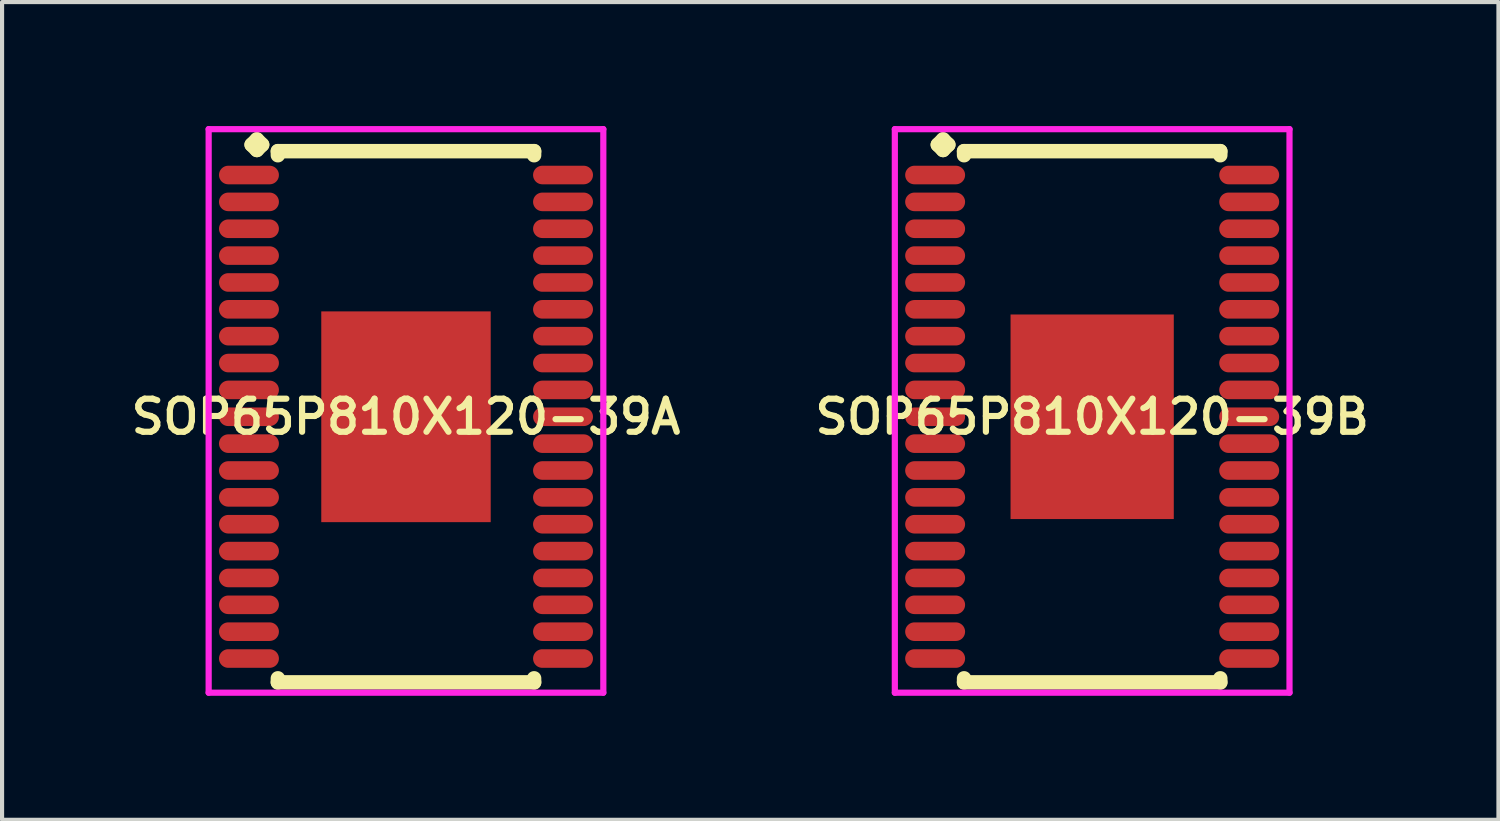
<source format=kicad_pcb>
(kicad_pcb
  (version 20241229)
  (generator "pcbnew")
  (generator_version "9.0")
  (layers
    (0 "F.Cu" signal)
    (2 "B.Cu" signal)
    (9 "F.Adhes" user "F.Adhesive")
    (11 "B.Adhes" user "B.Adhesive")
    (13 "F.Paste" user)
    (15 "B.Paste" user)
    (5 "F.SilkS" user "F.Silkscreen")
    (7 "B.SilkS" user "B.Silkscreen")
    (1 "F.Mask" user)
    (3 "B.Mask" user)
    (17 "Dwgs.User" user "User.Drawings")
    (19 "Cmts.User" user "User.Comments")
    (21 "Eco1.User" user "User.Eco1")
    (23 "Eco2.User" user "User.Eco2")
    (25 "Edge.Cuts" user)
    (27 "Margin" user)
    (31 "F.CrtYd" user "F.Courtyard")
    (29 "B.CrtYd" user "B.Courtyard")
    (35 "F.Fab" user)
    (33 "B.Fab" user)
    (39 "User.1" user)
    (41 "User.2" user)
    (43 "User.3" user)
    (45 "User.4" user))
  (footprint "SOP65P810X120-39B"
    (layer "F.Cu")
    (at 23.378 7.035)
    (property "Reference" "SOP65P810X120-39B" (at 0 0 0) (layer "F.SilkS") (effects (font (size 0.8 0.8) (thickness 0.15))))
    (attr smd)
    (fp_line (start -3.735 -6.583) (end -3.608 -6.71) (stroke (width 0.35) (type solid)) (layer "F.SilkS"))
    (fp_line (start -3.608 -6.71) (end -3.481 -6.583) (stroke (width 0.35) (type solid)) (layer "F.SilkS"))
    (fp_line (start -3.608 -6.456) (end -3.735 -6.583) (stroke (width 0.35) (type solid)) (layer "F.SilkS"))
    (fp_line (start -3.481 -6.583) (end -3.608 -6.456) (stroke (width 0.35) (type solid)) (layer "F.SilkS"))
    (fp_line (start -3.1 -6.427) (end 3.1 -6.427) (stroke (width 0.35) (type solid)) (layer "F.SilkS"))
    (fp_line (start -3.1 -6.329) (end -3.1 -6.427) (stroke (width 0.35) (type solid)) (layer "F.SilkS"))
    (fp_line (start -3.1 6.329) (end -3.1 6.427) (stroke (width 0.35) (type solid)) (layer "F.SilkS"))
    (fp_line (start -3.1 6.427) (end 3.1 6.427) (stroke (width 0.35) (type solid)) (layer "F.SilkS"))
    (fp_line (start 3.1 -6.427) (end 3.1 -6.329) (stroke (width 0.35) (type solid)) (layer "F.SilkS"))
    (fp_line (start 3.1 6.427) (end 3.1 6.329) (stroke (width 0.35) (type solid)) (layer "F.SilkS"))
    (fp_line (start -4.775 -6.96) (end 4.775 -6.96) (stroke (width 0.15) (type solid)) (layer "F.CrtYd"))
    (fp_line (start -4.775 6.677) (end -4.775 -6.96) (stroke (width 0.15) (type solid)) (layer "F.CrtYd"))
    (fp_line (start 4.775 -6.96) (end 4.775 6.677) (stroke (width 0.15) (type solid)) (layer "F.CrtYd"))
    (fp_line (start 4.775 6.677) (end -4.775 6.677) (stroke (width 0.15) (type solid)) (layer "F.CrtYd"))
    (pad "1" smd oval (at -3.8 -5.85) (size 1.45 0.45) (layers "F.Cu" "F.Mask" "F.Paste"))
    (pad "2" smd oval (at -3.8 -5.2) (size 1.45 0.45) (layers "F.Cu" "F.Mask" "F.Paste"))
    (pad "3" smd oval (at -3.8 -4.55) (size 1.45 0.45) (layers "F.Cu" "F.Mask" "F.Paste"))
    (pad "4" smd oval (at -3.8 -3.9) (size 1.45 0.45) (layers "F.Cu" "F.Mask" "F.Paste"))
    (pad "5" smd oval (at -3.8 -3.25) (size 1.45 0.45) (layers "F.Cu" "F.Mask" "F.Paste"))
    (pad "6" smd oval (at -3.8 -2.6) (size 1.45 0.45) (layers "F.Cu" "F.Mask" "F.Paste"))
    (pad "7" smd oval (at -3.8 -1.95) (size 1.45 0.45) (layers "F.Cu" "F.Mask" "F.Paste"))
    (pad "8" smd oval (at -3.8 -1.3) (size 1.45 0.45) (layers "F.Cu" "F.Mask" "F.Paste"))
    (pad "9" smd oval (at -3.8 -0.65) (size 1.45 0.45) (layers "F.Cu" "F.Mask" "F.Paste"))
    (pad "10" smd oval (at -3.8 0) (size 1.45 0.45) (layers "F.Cu" "F.Mask" "F.Paste"))
    (pad "11" smd oval (at -3.8 0.65) (size 1.45 0.45) (layers "F.Cu" "F.Mask" "F.Paste"))
    (pad "12" smd oval (at -3.8 1.3) (size 1.45 0.45) (layers "F.Cu" "F.Mask" "F.Paste"))
    (pad "13" smd oval (at -3.8 1.95) (size 1.45 0.45) (layers "F.Cu" "F.Mask" "F.Paste"))
    (pad "14" smd oval (at -3.8 2.6) (size 1.45 0.45) (layers "F.Cu" "F.Mask" "F.Paste"))
    (pad "15" smd oval (at -3.8 3.25) (size 1.45 0.45) (layers "F.Cu" "F.Mask" "F.Paste"))
    (pad "16" smd oval (at -3.8 3.9) (size 1.45 0.45) (layers "F.Cu" "F.Mask" "F.Paste"))
    (pad "17" smd oval (at -3.8 4.55) (size 1.45 0.45) (layers "F.Cu" "F.Mask" "F.Paste"))
    (pad "18" smd oval (at -3.8 5.2) (size 1.45 0.45) (layers "F.Cu" "F.Mask" "F.Paste"))
    (pad "19" smd oval (at -3.8 5.85) (size 1.45 0.45) (layers "F.Cu" "F.Mask" "F.Paste"))
    (pad "20" smd oval (at 3.8 5.85) (size 1.45 0.45) (layers "F.Cu" "F.Mask" "F.Paste"))
    (pad "21" smd oval (at 3.8 5.2) (size 1.45 0.45) (layers "F.Cu" "F.Mask" "F.Paste"))
    (pad "22" smd oval (at 3.8 4.55) (size 1.45 0.45) (layers "F.Cu" "F.Mask" "F.Paste"))
    (pad "23" smd oval (at 3.8 3.9) (size 1.45 0.45) (layers "F.Cu" "F.Mask" "F.Paste"))
    (pad "24" smd oval (at 3.8 3.25) (size 1.45 0.45) (layers "F.Cu" "F.Mask" "F.Paste"))
    (pad "25" smd oval (at 3.8 2.6) (size 1.45 0.45) (layers "F.Cu" "F.Mask" "F.Paste"))
    (pad "26" smd oval (at 3.8 1.95) (size 1.45 0.45) (layers "F.Cu" "F.Mask" "F.Paste"))
    (pad "27" smd oval (at 3.8 1.3) (size 1.45 0.45) (layers "F.Cu" "F.Mask" "F.Paste"))
    (pad "28" smd oval (at 3.8 0.65) (size 1.45 0.45) (layers "F.Cu" "F.Mask" "F.Paste"))
    (pad "29" smd oval (at 3.8 0) (size 1.45 0.45) (layers "F.Cu" "F.Mask" "F.Paste"))
    (pad "30" smd oval (at 3.8 -0.65) (size 1.45 0.45) (layers "F.Cu" "F.Mask" "F.Paste"))
    (pad "31" smd oval (at 3.8 -1.3) (size 1.45 0.45) (layers "F.Cu" "F.Mask" "F.Paste"))
    (pad "32" smd oval (at 3.8 -1.95) (size 1.45 0.45) (layers "F.Cu" "F.Mask" "F.Paste"))
    (pad "33" smd oval (at 3.8 -2.6) (size 1.45 0.45) (layers "F.Cu" "F.Mask" "F.Paste"))
    (pad "34" smd oval (at 3.8 -3.25) (size 1.45 0.45) (layers "F.Cu" "F.Mask" "F.Paste"))
    (pad "35" smd oval (at 3.8 -3.9) (size 1.45 0.45) (layers "F.Cu" "F.Mask" "F.Paste"))
    (pad "36" smd oval (at 3.8 -4.55) (size 1.45 0.45) (layers "F.Cu" "F.Mask" "F.Paste"))
    (pad "37" smd oval (at 3.8 -5.2) (size 1.45 0.45) (layers "F.Cu" "F.Mask" "F.Paste"))
    (pad "38" smd oval (at 3.8 -5.85) (size 1.45 0.45) (layers "F.Cu" "F.Mask" "F.Paste"))
    (pad "39" smd rect (at 0 0) (size 3.95 4.95) (layers "F.Cu" "F.Mask" "F.Paste")))
  (footprint "SOP65P810X120-39A"
    (layer "F.Cu")
    (at 6.774 7.035)
    (property "Reference" "SOP65P810X120-39A" (at 0 0 0) (layer "F.SilkS") (effects (font (size 0.8 0.8) (thickness 0.15))))
    (attr smd)
    (fp_line (start -3.735 -6.583) (end -3.608 -6.71) (stroke (width 0.35) (type solid)) (layer "F.SilkS"))
    (fp_line (start -3.608 -6.71) (end -3.481 -6.583) (stroke (width 0.35) (type solid)) (layer "F.SilkS"))
    (fp_line (start -3.608 -6.456) (end -3.735 -6.583) (stroke (width 0.35) (type solid)) (layer "F.SilkS"))
    (fp_line (start -3.481 -6.583) (end -3.608 -6.456) (stroke (width 0.35) (type solid)) (layer "F.SilkS"))
    (fp_line (start -3.1 -6.427) (end 3.1 -6.427) (stroke (width 0.35) (type solid)) (layer "F.SilkS"))
    (fp_line (start -3.1 -6.329) (end -3.1 -6.427) (stroke (width 0.35) (type solid)) (layer "F.SilkS"))
    (fp_line (start -3.1 6.329) (end -3.1 6.427) (stroke (width 0.35) (type solid)) (layer "F.SilkS"))
    (fp_line (start -3.1 6.427) (end 3.1 6.427) (stroke (width 0.35) (type solid)) (layer "F.SilkS"))
    (fp_line (start 3.1 -6.427) (end 3.1 -6.329) (stroke (width 0.35) (type solid)) (layer "F.SilkS"))
    (fp_line (start 3.1 6.427) (end 3.1 6.329) (stroke (width 0.35) (type solid)) (layer "F.SilkS"))
    (fp_line (start -4.775 -6.96) (end 4.775 -6.96) (stroke (width 0.15) (type solid)) (layer "F.CrtYd"))
    (fp_line (start -4.775 6.677) (end -4.775 -6.96) (stroke (width 0.15) (type solid)) (layer "F.CrtYd"))
    (fp_line (start 4.775 -6.96) (end 4.775 6.677) (stroke (width 0.15) (type solid)) (layer "F.CrtYd"))
    (fp_line (start 4.775 6.677) (end -4.775 6.677) (stroke (width 0.15) (type solid)) (layer "F.CrtYd"))
    (pad "1" smd oval (at -3.8 -5.85) (size 1.45 0.45) (layers "F.Cu" "F.Mask" "F.Paste"))
    (pad "2" smd oval (at -3.8 -5.2) (size 1.45 0.45) (layers "F.Cu" "F.Mask" "F.Paste"))
    (pad "3" smd oval (at -3.8 -4.55) (size 1.45 0.45) (layers "F.Cu" "F.Mask" "F.Paste"))
    (pad "4" smd oval (at -3.8 -3.9) (size 1.45 0.45) (layers "F.Cu" "F.Mask" "F.Paste"))
    (pad "5" smd oval (at -3.8 -3.25) (size 1.45 0.45) (layers "F.Cu" "F.Mask" "F.Paste"))
    (pad "6" smd oval (at -3.8 -2.6) (size 1.45 0.45) (layers "F.Cu" "F.Mask" "F.Paste"))
    (pad "7" smd oval (at -3.8 -1.95) (size 1.45 0.45) (layers "F.Cu" "F.Mask" "F.Paste"))
    (pad "8" smd oval (at -3.8 -1.3) (size 1.45 0.45) (layers "F.Cu" "F.Mask" "F.Paste"))
    (pad "9" smd oval (at -3.8 -0.65) (size 1.45 0.45) (layers "F.Cu" "F.Mask" "F.Paste"))
    (pad "10" smd oval (at -3.8 0) (size 1.45 0.45) (layers "F.Cu" "F.Mask" "F.Paste"))
    (pad "11" smd oval (at -3.8 0.65) (size 1.45 0.45) (layers "F.Cu" "F.Mask" "F.Paste"))
    (pad "12" smd oval (at -3.8 1.3) (size 1.45 0.45) (layers "F.Cu" "F.Mask" "F.Paste"))
    (pad "13" smd oval (at -3.8 1.95) (size 1.45 0.45) (layers "F.Cu" "F.Mask" "F.Paste"))
    (pad "14" smd oval (at -3.8 2.6) (size 1.45 0.45) (layers "F.Cu" "F.Mask" "F.Paste"))
    (pad "15" smd oval (at -3.8 3.25) (size 1.45 0.45) (layers "F.Cu" "F.Mask" "F.Paste"))
    (pad "16" smd oval (at -3.8 3.9) (size 1.45 0.45) (layers "F.Cu" "F.Mask" "F.Paste"))
    (pad "17" smd oval (at -3.8 4.55) (size 1.45 0.45) (layers "F.Cu" "F.Mask" "F.Paste"))
    (pad "18" smd oval (at -3.8 5.2) (size 1.45 0.45) (layers "F.Cu" "F.Mask" "F.Paste"))
    (pad "19" smd oval (at -3.8 5.85) (size 1.45 0.45) (layers "F.Cu" "F.Mask" "F.Paste"))
    (pad "20" smd oval (at 3.8 5.85) (size 1.45 0.45) (layers "F.Cu" "F.Mask" "F.Paste"))
    (pad "21" smd oval (at 3.8 5.2) (size 1.45 0.45) (layers "F.Cu" "F.Mask" "F.Paste"))
    (pad "22" smd oval (at 3.8 4.55) (size 1.45 0.45) (layers "F.Cu" "F.Mask" "F.Paste"))
    (pad "23" smd oval (at 3.8 3.9) (size 1.45 0.45) (layers "F.Cu" "F.Mask" "F.Paste"))
    (pad "24" smd oval (at 3.8 3.25) (size 1.45 0.45) (layers "F.Cu" "F.Mask" "F.Paste"))
    (pad "25" smd oval (at 3.8 2.6) (size 1.45 0.45) (layers "F.Cu" "F.Mask" "F.Paste"))
    (pad "26" smd oval (at 3.8 1.95) (size 1.45 0.45) (layers "F.Cu" "F.Mask" "F.Paste"))
    (pad "27" smd oval (at 3.8 1.3) (size 1.45 0.45) (layers "F.Cu" "F.Mask" "F.Paste"))
    (pad "28" smd oval (at 3.8 0.65) (size 1.45 0.45) (layers "F.Cu" "F.Mask" "F.Paste"))
    (pad "29" smd oval (at 3.8 0) (size 1.45 0.45) (layers "F.Cu" "F.Mask" "F.Paste"))
    (pad "30" smd oval (at 3.8 -0.65) (size 1.45 0.45) (layers "F.Cu" "F.Mask" "F.Paste"))
    (pad "31" smd oval (at 3.8 -1.3) (size 1.45 0.45) (layers "F.Cu" "F.Mask" "F.Paste"))
    (pad "32" smd oval (at 3.8 -1.95) (size 1.45 0.45) (layers "F.Cu" "F.Mask" "F.Paste"))
    (pad "33" smd oval (at 3.8 -2.6) (size 1.45 0.45) (layers "F.Cu" "F.Mask" "F.Paste"))
    (pad "34" smd oval (at 3.8 -3.25) (size 1.45 0.45) (layers "F.Cu" "F.Mask" "F.Paste"))
    (pad "35" smd oval (at 3.8 -3.9) (size 1.45 0.45) (layers "F.Cu" "F.Mask" "F.Paste"))
    (pad "36" smd oval (at 3.8 -4.55) (size 1.45 0.45) (layers "F.Cu" "F.Mask" "F.Paste"))
    (pad "37" smd oval (at 3.8 -5.2) (size 1.45 0.45) (layers "F.Cu" "F.Mask" "F.Paste"))
    (pad "38" smd oval (at 3.8 -5.85) (size 1.45 0.45) (layers "F.Cu" "F.Mask" "F.Paste"))
    (pad "39" smd rect (at 0 0) (size 4.1 5.1) (layers "F.Cu" "F.Mask" "F.Paste")))
  (gr_rect
    (start -3 -3)
    (end 33.209 16.787)
    (stroke (width 0.1) (type default))
    (fill no)
    (layer "Edge.Cuts")))
</source>
